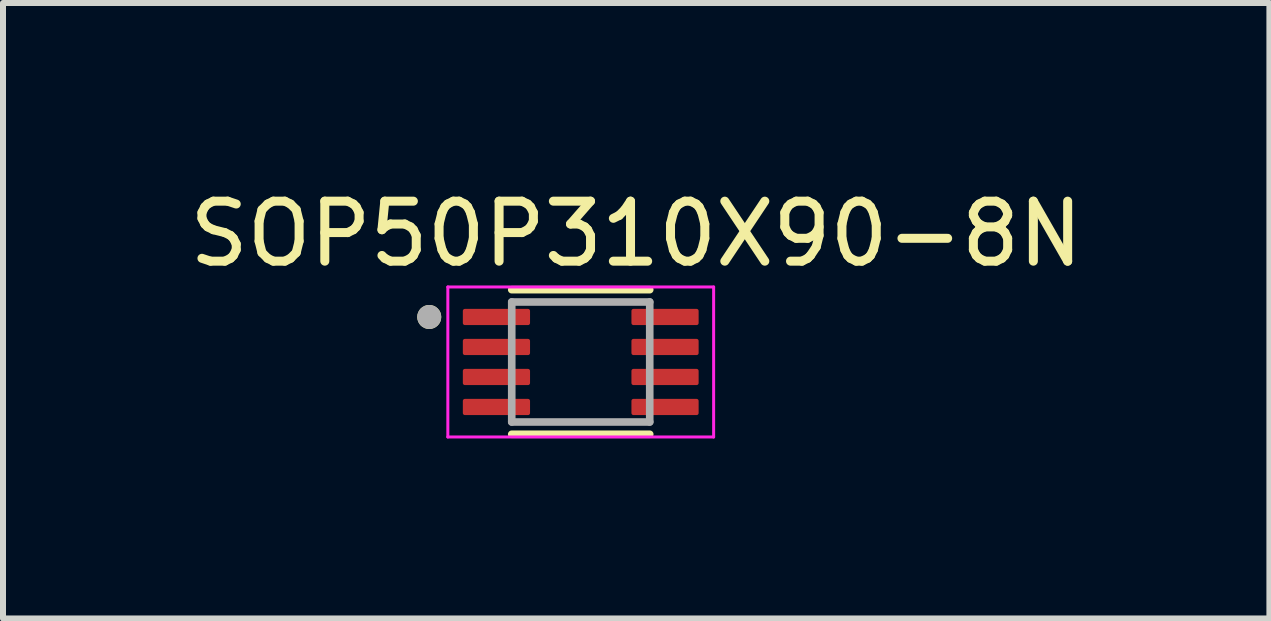
<source format=kicad_pcb>
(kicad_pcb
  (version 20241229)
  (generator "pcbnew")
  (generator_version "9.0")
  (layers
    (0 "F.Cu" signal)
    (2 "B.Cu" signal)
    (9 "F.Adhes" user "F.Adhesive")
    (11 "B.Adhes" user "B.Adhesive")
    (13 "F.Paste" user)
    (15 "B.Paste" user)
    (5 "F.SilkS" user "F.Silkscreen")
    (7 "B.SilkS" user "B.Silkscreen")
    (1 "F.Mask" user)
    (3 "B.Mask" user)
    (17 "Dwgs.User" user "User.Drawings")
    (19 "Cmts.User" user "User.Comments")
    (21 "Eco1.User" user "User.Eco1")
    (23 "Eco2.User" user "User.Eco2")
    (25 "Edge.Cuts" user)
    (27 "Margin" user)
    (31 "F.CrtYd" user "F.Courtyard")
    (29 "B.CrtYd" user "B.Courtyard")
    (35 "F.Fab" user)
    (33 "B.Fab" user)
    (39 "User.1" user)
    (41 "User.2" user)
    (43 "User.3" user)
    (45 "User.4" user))
  (footprint "SOP50P310X90-8N"
    (layer "F.Cu")
    (at 6.629 2.983)
    (property "Reference" "SOP50P310X90-8N" (at 0.925 -2.135 0) (layer "F.SilkS") (effects (font (size 1 1) (thickness 0.15))))
    (attr smd)
    (fp_line (start -1.15 -1.205) (end 1.15 -1.205) (stroke (width 0.127) (type solid)) (layer "F.SilkS"))
    (fp_line (start -1.15 1.205) (end 1.15 1.205) (stroke (width 0.127) (type solid)) (layer "F.SilkS"))
    (fp_circle (center -2.525 -0.75) (end -2.425 -0.75) (stroke (width 0.2) (type solid)) (fill no) (layer "F.SilkS"))
    (fp_line (start -2.215 -1.25) (end -2.215 1.25) (stroke (width 0.05) (type solid)) (layer "F.CrtYd"))
    (fp_line (start -2.215 -1.25) (end 2.215 -1.25) (stroke (width 0.05) (type solid)) (layer "F.CrtYd"))
    (fp_line (start -2.215 1.25) (end 2.215 1.25) (stroke (width 0.05) (type solid)) (layer "F.CrtYd"))
    (fp_line (start 2.215 -1.25) (end 2.215 1.25) (stroke (width 0.05) (type solid)) (layer "F.CrtYd"))
    (fp_line (start -1.15 -1) (end -1.15 1) (stroke (width 0.127) (type solid)) (layer "F.Fab"))
    (fp_line (start -1.15 -1) (end 1.15 -1) (stroke (width 0.127) (type solid)) (layer "F.Fab"))
    (fp_line (start -1.15 1) (end 1.15 1) (stroke (width 0.127) (type solid)) (layer "F.Fab"))
    (fp_line (start 1.15 -1) (end 1.15 1) (stroke (width 0.127) (type solid)) (layer "F.Fab"))
    (fp_circle (center -2.525 -0.75) (end -2.425 -0.75) (stroke (width 0.2) (type solid)) (fill no) (layer "F.Fab"))
    (pad "1" smd roundrect (at -1.405 -0.75) (size 1.12 0.27) (layers "F.Cu" "F.Mask" "F.Paste") (roundrect_rratio 0.125))
    (pad "2" smd roundrect (at -1.405 -0.25) (size 1.12 0.27) (layers "F.Cu" "F.Mask" "F.Paste") (roundrect_rratio 0.125))
    (pad "3" smd roundrect (at -1.405 0.25) (size 1.12 0.27) (layers "F.Cu" "F.Mask" "F.Paste") (roundrect_rratio 0.125))
    (pad "4" smd roundrect (at -1.405 0.75) (size 1.12 0.27) (layers "F.Cu" "F.Mask" "F.Paste") (roundrect_rratio 0.125))
    (pad "5" smd roundrect (at 1.405 0.75) (size 1.12 0.27) (layers "F.Cu" "F.Mask" "F.Paste") (roundrect_rratio 0.125))
    (pad "6" smd roundrect (at 1.405 0.25) (size 1.12 0.27) (layers "F.Cu" "F.Mask" "F.Paste") (roundrect_rratio 0.125))
    (pad "7" smd roundrect (at 1.405 -0.25) (size 1.12 0.27) (layers "F.Cu" "F.Mask" "F.Paste") (roundrect_rratio 0.125))
    (pad "8" smd roundrect (at 1.405 -0.75) (size 1.12 0.27) (layers "F.Cu" "F.Mask" "F.Paste") (roundrect_rratio 0.125)))
  (gr_rect
    (start -3 -3)
    (end 18.107 7.258)
    (stroke (width 0.1) (type default))
    (fill no)
    (layer "Edge.Cuts")))
</source>
